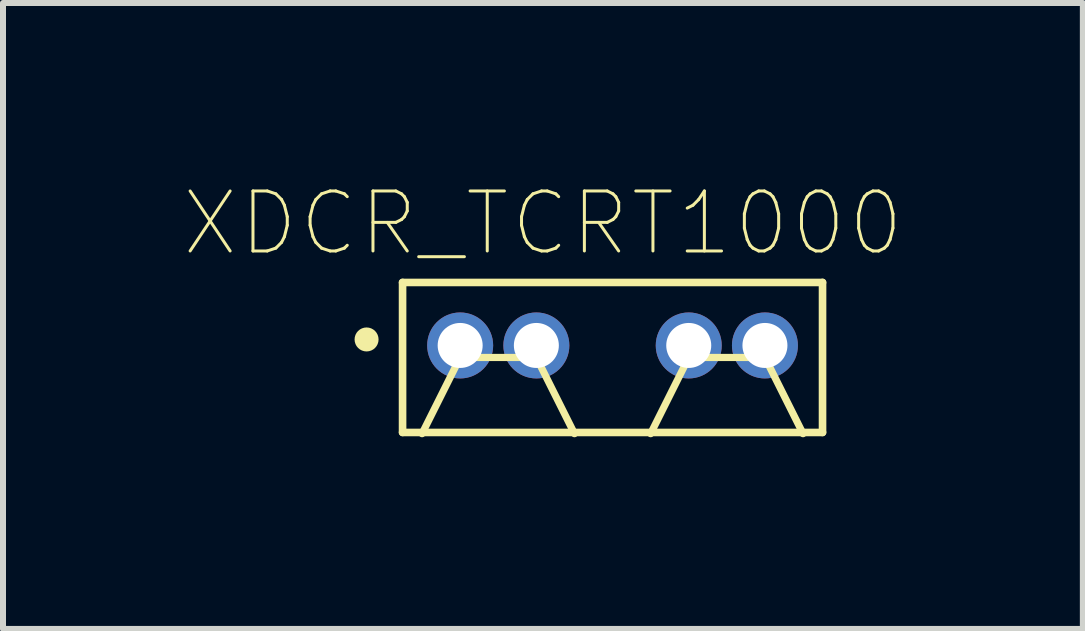
<source format=kicad_pcb>
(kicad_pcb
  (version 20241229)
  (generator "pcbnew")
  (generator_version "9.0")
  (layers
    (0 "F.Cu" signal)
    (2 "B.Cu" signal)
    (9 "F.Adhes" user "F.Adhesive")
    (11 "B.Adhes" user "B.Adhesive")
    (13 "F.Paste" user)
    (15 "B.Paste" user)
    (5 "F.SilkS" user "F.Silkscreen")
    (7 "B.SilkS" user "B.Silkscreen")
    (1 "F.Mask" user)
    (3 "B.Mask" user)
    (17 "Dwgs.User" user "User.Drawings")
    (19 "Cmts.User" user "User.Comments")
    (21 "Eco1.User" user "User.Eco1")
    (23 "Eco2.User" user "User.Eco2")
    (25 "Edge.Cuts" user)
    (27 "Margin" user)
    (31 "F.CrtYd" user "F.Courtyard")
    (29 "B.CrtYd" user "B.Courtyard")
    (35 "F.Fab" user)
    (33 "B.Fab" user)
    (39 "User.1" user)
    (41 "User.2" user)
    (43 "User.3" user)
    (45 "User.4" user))
  (footprint "XDCR_TCRT1000"
    (layer "F.Cu")
    (at 7.16 2.908)
    (property "Reference" "XDCR_TCRT1000" (at -1.16 -2.235 0) (layer "F.SilkS") (effects (font (size 1 1) (thickness 0.05))))
    (attr through_hole)
    (fp_line (start -3.5 -1.25) (end 3.5 -1.25) (stroke (width 0.127) (type solid)) (layer "F.SilkS"))
    (fp_line (start -3.5 1.25) (end -3.5 -1.25) (stroke (width 0.127) (type solid)) (layer "F.SilkS"))
    (fp_line (start -3.175 1.27) (end -2.54 0) (stroke (width 0.12) (type solid)) (layer "F.SilkS"))
    (fp_line (start -2.54 0) (end -1.27 0) (stroke (width 0.12) (type solid)) (layer "F.SilkS"))
    (fp_line (start -1.27 0) (end -0.635 1.27) (stroke (width 0.12) (type solid)) (layer "F.SilkS"))
    (fp_line (start 1.27 0) (end 0.635 1.27) (stroke (width 0.12) (type solid)) (layer "F.SilkS"))
    (fp_line (start 2.54 0) (end 1.27 0) (stroke (width 0.12) (type solid)) (layer "F.SilkS"))
    (fp_line (start 3.175 1.27) (end 2.54 0) (stroke (width 0.12) (type solid)) (layer "F.SilkS"))
    (fp_line (start 3.5 -1.25) (end 3.5 1.25) (stroke (width 0.127) (type solid)) (layer "F.SilkS"))
    (fp_line (start 3.5 1.25) (end -3.5 1.25) (stroke (width 0.127) (type solid)) (layer "F.SilkS"))
    (fp_circle (center -4.1 -0.3) (end -4 -0.3) (stroke (width 0.2) (type solid)) (fill no) (layer "F.SilkS"))
    (fp_line (start -3.75 -1.5) (end 3.75 -1.5) (stroke (width 0.05) (type solid)) (layer "Eco1.User"))
    (fp_line (start -3.75 1.5) (end -3.75 -1.5) (stroke (width 0.05) (type solid)) (layer "Eco1.User"))
    (fp_line (start 3.75 -1.5) (end 3.75 1.5) (stroke (width 0.05) (type solid)) (layer "Eco1.User"))
    (fp_line (start 3.75 1.5) (end -3.75 1.5) (stroke (width 0.05) (type solid)) (layer "Eco1.User"))
    (fp_line (start -3.5 -1.25) (end 3.5 -1.25) (stroke (width 0.127) (type solid)) (layer "Eco2.User"))
    (fp_line (start -3.5 1.25) (end -3.5 -1.25) (stroke (width 0.127) (type solid)) (layer "Eco2.User"))
    (fp_line (start 3.5 -1.25) (end 3.5 1.25) (stroke (width 0.127) (type solid)) (layer "Eco2.User"))
    (fp_line (start 3.5 1.25) (end -3.5 1.25) (stroke (width 0.127) (type solid)) (layer "Eco2.User"))
    (fp_circle (center -4.1 -0.3) (end -4 -0.3) (stroke (width 0.2) (type solid)) (fill no) (layer "Eco2.User"))
    (pad "A" thru_hole circle (at -2.54 -0.2) (size 1.1 1.1) (drill 0.75) (layers "*.Cu" "*.Mask"))
    (pad "CATH" thru_hole circle (at -1.27 -0.2) (size 1.1 1.1) (drill 0.75) (layers "*.Cu" "*.Mask"))
    (pad "COLL" thru_hole circle (at 2.54 -0.2) (size 1.1 1.1) (drill 0.75) (layers "*.Cu" "*.Mask"))
    (pad "E" thru_hole circle (at 1.27 -0.2) (size 1.1 1.1) (drill 0.75) (layers "*.Cu" "*.Mask")))
  (gr_rect
    (start -3 -3)
    (end 14.999 7.433)
    (stroke (width 0.1) (type default))
    (fill no)
    (layer "Edge.Cuts")))
</source>
